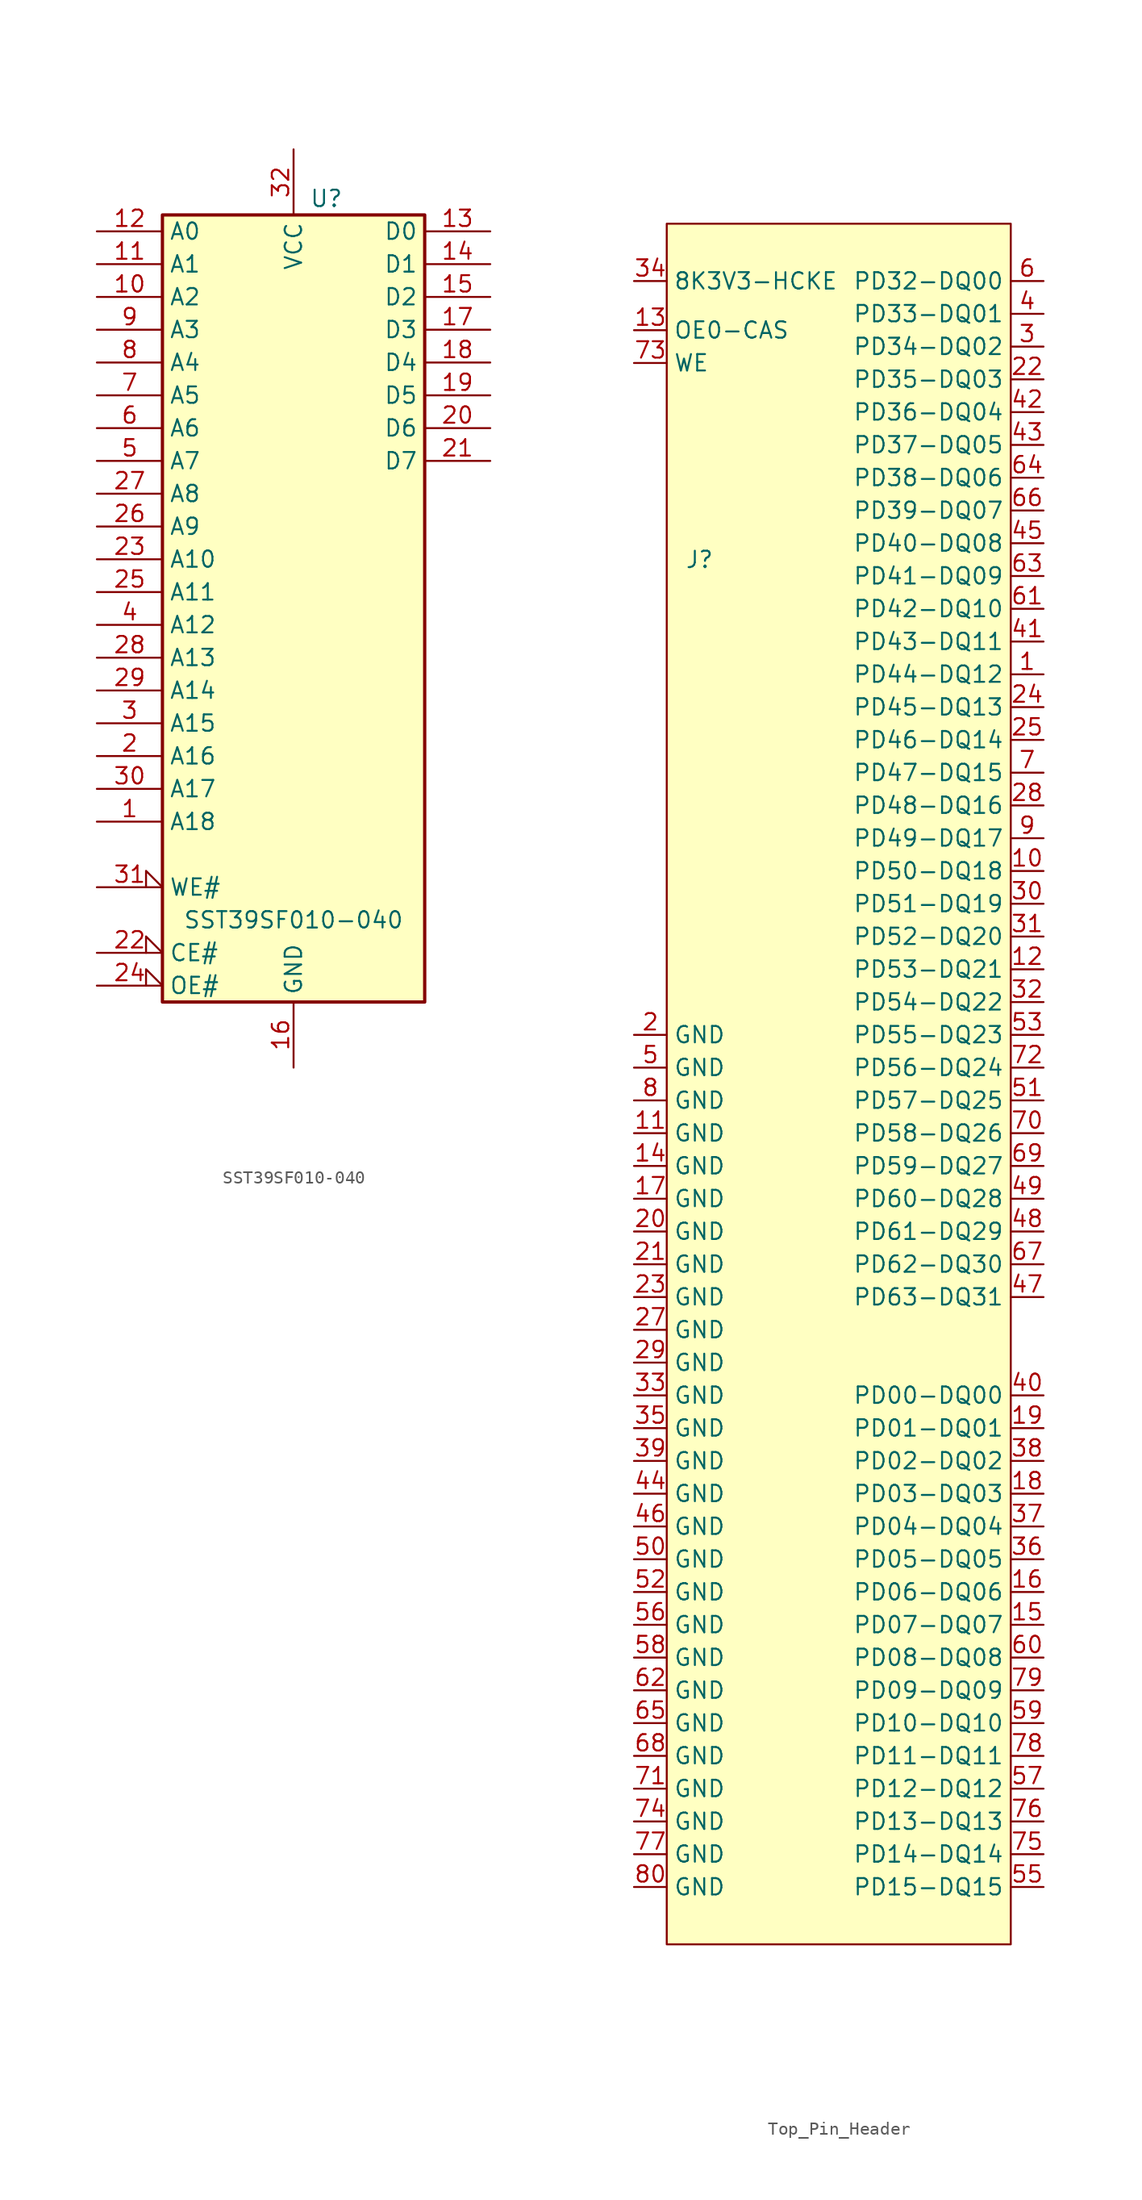
<source format=kicad_sym>
(kicad_symbol_lib
  (version 20220914)
  (generator kicad_symbol_editor)
  (symbol "SST39SF010-040"
    (property "Reference" "U"
      (at 2.54 33.02 0)
      (effects (font (size 1.27 1.27))))
    (property "Value" "SST39SF010-040"
      (at 0 -22.86 0)
      (effects (font (size 1.27 1.27))))
    (symbol "SST39SF010-040_0_0"
      (pin power_in line (at 0 -34.29 90) (length 5.08) (name "GND" (effects (font (size 1.27 1.27)))) (number "16" (effects (font (size 1.27 1.27)))))
      (pin power_in line (at 0 36.83 270) (length 5.08) (name "VCC" (effects (font (size 1.27 1.27)))) (number "32" (effects (font (size 1.27 1.27))))))
    (symbol "SST39SF010-040_0_1"
      (rectangle (start -10.16 31.75) (end 10.16 -29.21) (stroke (width 0.254) (type default)) (fill (type background))))
    (symbol "SST39SF010-040_1_1"
      (pin input line (at -15.24 -15.24 0) (length 5.08) (name "A18" (effects (font (size 1.27 1.27)))) (number "1" (effects (font (size 1.27 1.27)))))
      (pin input line (at -15.24 25.4 0) (length 5.08) (name "A2" (effects (font (size 1.27 1.27)))) (number "10" (effects (font (size 1.27 1.27)))))
      (pin input line (at -15.24 27.94 0) (length 5.08) (name "A1" (effects (font (size 1.27 1.27)))) (number "11" (effects (font (size 1.27 1.27)))))
      (pin input line (at -15.24 30.48 0) (length 5.08) (name "A0" (effects (font (size 1.27 1.27)))) (number "12" (effects (font (size 1.27 1.27)))))
      (pin tri_state line (at 15.24 30.48 180) (length 5.08) (name "D0" (effects (font (size 1.27 1.27)))) (number "13" (effects (font (size 1.27 1.27)))))
      (pin tri_state line (at 15.24 27.94 180) (length 5.08) (name "D1" (effects (font (size 1.27 1.27)))) (number "14" (effects (font (size 1.27 1.27)))))
      (pin tri_state line (at 15.24 25.4 180) (length 5.08) (name "D2" (effects (font (size 1.27 1.27)))) (number "15" (effects (font (size 1.27 1.27)))))
      (pin tri_state line (at 15.24 22.86 180) (length 5.08) (name "D3" (effects (font (size 1.27 1.27)))) (number "17" (effects (font (size 1.27 1.27)))))
      (pin tri_state line (at 15.24 20.32 180) (length 5.08) (name "D4" (effects (font (size 1.27 1.27)))) (number "18" (effects (font (size 1.27 1.27)))))
      (pin tri_state line (at 15.24 17.78 180) (length 5.08) (name "D5" (effects (font (size 1.27 1.27)))) (number "19" (effects (font (size 1.27 1.27)))))
      (pin input line (at -15.24 -10.16 0) (length 5.08) (name "A16" (effects (font (size 1.27 1.27)))) (number "2" (effects (font (size 1.27 1.27)))))
      (pin tri_state line (at 15.24 15.24 180) (length 5.08) (name "D6" (effects (font (size 1.27 1.27)))) (number "20" (effects (font (size 1.27 1.27)))))
      (pin tri_state line (at 15.24 12.7 180) (length 5.08) (name "D7" (effects (font (size 1.27 1.27)))) (number "21" (effects (font (size 1.27 1.27)))))
      (pin input input_low (at -15.24 -25.4 0) (length 5.08) (name "CE#" (effects (font (size 1.27 1.27)))) (number "22" (effects (font (size 1.27 1.27)))))
      (pin input line (at -15.24 5.08 0) (length 5.08) (name "A10" (effects (font (size 1.27 1.27)))) (number "23" (effects (font (size 1.27 1.27)))))
      (pin input input_low (at -15.24 -27.94 0) (length 5.08) (name "OE#" (effects (font (size 1.27 1.27)))) (number "24" (effects (font (size 1.27 1.27)))))
      (pin input line (at -15.24 2.54 0) (length 5.08) (name "A11" (effects (font (size 1.27 1.27)))) (number "25" (effects (font (size 1.27 1.27)))))
      (pin input line (at -15.24 7.62 0) (length 5.08) (name "A9" (effects (font (size 1.27 1.27)))) (number "26" (effects (font (size 1.27 1.27)))))
      (pin input line (at -15.24 10.16 0) (length 5.08) (name "A8" (effects (font (size 1.27 1.27)))) (number "27" (effects (font (size 1.27 1.27)))))
      (pin input line (at -15.24 -2.54 0) (length 5.08) (name "A13" (effects (font (size 1.27 1.27)))) (number "28" (effects (font (size 1.27 1.27)))))
      (pin input line (at -15.24 -5.08 0) (length 5.08) (name "A14" (effects (font (size 1.27 1.27)))) (number "29" (effects (font (size 1.27 1.27)))))
      (pin input line (at -15.24 -7.62 0) (length 5.08) (name "A15" (effects (font (size 1.27 1.27)))) (number "3" (effects (font (size 1.27 1.27)))))
      (pin input line (at -15.24 -12.7 0) (length 5.08) (name "A17" (effects (font (size 1.27 1.27)))) (number "30" (effects (font (size 1.27 1.27)))))
      (pin input input_low (at -15.24 -20.32 0) (length 5.08) (name "WE#" (effects (font (size 1.27 1.27)))) (number "31" (effects (font (size 1.27 1.27)))))
      (pin input line (at -15.24 0 0) (length 5.08) (name "A12" (effects (font (size 1.27 1.27)))) (number "4" (effects (font (size 1.27 1.27)))))
      (pin input line (at -15.24 12.7 0) (length 5.08) (name "A7" (effects (font (size 1.27 1.27)))) (number "5" (effects (font (size 1.27 1.27)))))
      (pin input line (at -15.24 15.24 0) (length 5.08) (name "A6" (effects (font (size 1.27 1.27)))) (number "6" (effects (font (size 1.27 1.27)))))
      (pin input line (at -15.24 17.78 0) (length 5.08) (name "A5" (effects (font (size 1.27 1.27)))) (number "7" (effects (font (size 1.27 1.27)))))
      (pin input line (at -15.24 20.32 0) (length 5.08) (name "A4" (effects (font (size 1.27 1.27)))) (number "8" (effects (font (size 1.27 1.27)))))
      (pin input line (at -15.24 22.86 0) (length 5.08) (name "A3" (effects (font (size 1.27 1.27)))) (number "9" (effects (font (size 1.27 1.27)))))))
  (symbol "Top_Pin_Header"
    (property "Reference" "J"
      (at 2.54 -26.035 0)
      (effects (font (size 1.27 1.27))))
    (property "Value" ""
      (at -2.54 -66.04 0)
      (effects (font (size 1.27 1.27))))
    (symbol "Top_Pin_Header_0_0"
      (pin bidirectional line (at 29.21 -34.925 180) (length 2.54) (name "PD44-DQ12" (effects (font (size 1.27 1.27)))) (number "1" (effects (font (size 1.27 1.27)))))
      (pin bidirectional line (at 29.21 -50.165 180) (length 2.54) (name "PD50-DQ18" (effects (font (size 1.27 1.27)))) (number "10" (effects (font (size 1.27 1.27)))))
      (pin power_out line (at -2.54 -70.485 0) (length 2.54) (name "GND" (effects (font (size 1.27 1.27)))) (number "11" (effects (font (size 1.27 1.27)))))
      (pin bidirectional line (at 29.21 -57.785 180) (length 2.54) (name "PD53-DQ21" (effects (font (size 1.27 1.27)))) (number "12" (effects (font (size 1.27 1.27)))))
      (pin output line (at -2.54 -8.255 0) (length 2.54) (name "OE0-CAS" (effects (font (size 1.27 1.27)))) (number "13" (effects (font (size 1.27 1.27)))))
      (pin power_out line (at -2.54 -73.025 0) (length 2.54) (name "GND" (effects (font (size 1.27 1.27)))) (number "14" (effects (font (size 1.27 1.27)))))
      (pin bidirectional line (at 29.21 -106.045 180) (length 2.54) (name "PD06-DQ06" (effects (font (size 1.27 1.27)))) (number "16" (effects (font (size 1.27 1.27)))))
      (pin power_out line (at -2.54 -75.565 0) (length 2.54) (name "GND" (effects (font (size 1.27 1.27)))) (number "17" (effects (font (size 1.27 1.27)))))
      (pin bidirectional line (at 29.21 -98.425 180) (length 2.54) (name "PD03-DQ03" (effects (font (size 1.27 1.27)))) (number "18" (effects (font (size 1.27 1.27)))))
      (pin bidirectional line (at 29.21 -93.345 180) (length 2.54) (name "PD01-DQ01" (effects (font (size 1.27 1.27)))) (number "19" (effects (font (size 1.27 1.27)))))
      (pin power_out line (at -2.54 -62.865 0) (length 2.54) (name "GND" (effects (font (size 1.27 1.27)))) (number "2" (effects (font (size 1.27 1.27)))))
      (pin power_out line (at -2.54 -78.105 0) (length 2.54) (name "GND" (effects (font (size 1.27 1.27)))) (number "20" (effects (font (size 1.27 1.27)))))
      (pin power_out line (at -2.54 -80.645 0) (length 2.54) (name "GND" (effects (font (size 1.27 1.27)))) (number "21" (effects (font (size 1.27 1.27)))))
      (pin bidirectional line (at 29.21 -12.065 180) (length 2.54) (name "PD35-DQ03" (effects (font (size 1.27 1.27)))) (number "22" (effects (font (size 1.27 1.27)))))
      (pin power_out line (at -2.54 -83.185 0) (length 2.54) (name "GND" (effects (font (size 1.27 1.27)))) (number "23" (effects (font (size 1.27 1.27)))))
      (pin bidirectional line (at 29.21 -37.465 180) (length 2.54) (name "PD45-DQ13" (effects (font (size 1.27 1.27)))) (number "24" (effects (font (size 1.27 1.27)))))
      (pin bidirectional line (at 29.21 -40.005 180) (length 2.54) (name "PD46-DQ14" (effects (font (size 1.27 1.27)))) (number "25" (effects (font (size 1.27 1.27)))))
      (pin power_out line (at -2.54 -85.725 0) (length 2.54) (name "GND" (effects (font (size 1.27 1.27)))) (number "27" (effects (font (size 1.27 1.27)))))
      (pin bidirectional line (at 29.21 -45.085 180) (length 2.54) (name "PD48-DQ16" (effects (font (size 1.27 1.27)))) (number "28" (effects (font (size 1.27 1.27)))))
      (pin power_out line (at -2.54 -88.265 0) (length 2.54) (name "GND" (effects (font (size 1.27 1.27)))) (number "29" (effects (font (size 1.27 1.27)))))
      (pin bidirectional line (at 29.21 -9.525 180) (length 2.54) (name "PD34-DQ02" (effects (font (size 1.27 1.27)))) (number "3" (effects (font (size 1.27 1.27)))))
      (pin bidirectional line (at 29.21 -52.705 180) (length 2.54) (name "PD51-DQ19" (effects (font (size 1.27 1.27)))) (number "30" (effects (font (size 1.27 1.27)))))
      (pin bidirectional line (at 29.21 -55.245 180) (length 2.54) (name "PD52-DQ20" (effects (font (size 1.27 1.27)))) (number "31" (effects (font (size 1.27 1.27)))))
      (pin power_out line (at -2.54 -90.805 0) (length 2.54) (name "GND" (effects (font (size 1.27 1.27)))) (number "33" (effects (font (size 1.27 1.27)))))
      (pin power_out line (at -2.54 -93.345 0) (length 2.54) (name "GND" (effects (font (size 1.27 1.27)))) (number "35" (effects (font (size 1.27 1.27)))))
      (pin bidirectional line (at 29.21 -103.505 180) (length 2.54) (name "PD05-DQ05" (effects (font (size 1.27 1.27)))) (number "36" (effects (font (size 1.27 1.27)))))
      (pin bidirectional line (at 29.21 -100.965 180) (length 2.54) (name "PD04-DQ04" (effects (font (size 1.27 1.27)))) (number "37" (effects (font (size 1.27 1.27)))))
      (pin bidirectional line (at 29.21 -95.885 180) (length 2.54) (name "PD02-DQ02" (effects (font (size 1.27 1.27)))) (number "38" (effects (font (size 1.27 1.27)))))
      (pin power_out line (at -2.54 -95.885 0) (length 2.54) (name "GND" (effects (font (size 1.27 1.27)))) (number "39" (effects (font (size 1.27 1.27)))))
      (pin bidirectional line (at 29.21 -6.985 180) (length 2.54) (name "PD33-DQ01" (effects (font (size 1.27 1.27)))) (number "4" (effects (font (size 1.27 1.27)))))
      (pin bidirectional line (at 29.21 -90.805 180) (length 2.54) (name "PD00-DQ00" (effects (font (size 1.27 1.27)))) (number "40" (effects (font (size 1.27 1.27)))))
      (pin bidirectional line (at 29.21 -32.385 180) (length 2.54) (name "PD43-DQ11" (effects (font (size 1.27 1.27)))) (number "41" (effects (font (size 1.27 1.27)))))
      (pin bidirectional line (at 29.21 -14.605 180) (length 2.54) (name "PD36-DQ04" (effects (font (size 1.27 1.27)))) (number "42" (effects (font (size 1.27 1.27)))))
      (pin bidirectional line (at 29.21 -17.145 180) (length 2.54) (name "PD37-DQ05" (effects (font (size 1.27 1.27)))) (number "43" (effects (font (size 1.27 1.27)))))
      (pin power_out line (at -2.54 -98.425 0) (length 2.54) (name "GND" (effects (font (size 1.27 1.27)))) (number "44" (effects (font (size 1.27 1.27)))))
      (pin bidirectional line (at 29.21 -24.765 180) (length 2.54) (name "PD40-DQ08" (effects (font (size 1.27 1.27)))) (number "45" (effects (font (size 1.27 1.27)))))
      (pin power_out line (at -2.54 -100.965 0) (length 2.54) (name "GND" (effects (font (size 1.27 1.27)))) (number "46" (effects (font (size 1.27 1.27)))))
      (pin bidirectional line (at 29.21 -83.185 180) (length 2.54) (name "PD63-DQ31" (effects (font (size 1.27 1.27)))) (number "47" (effects (font (size 1.27 1.27)))))
      (pin bidirectional line (at 29.21 -78.105 180) (length 2.54) (name "PD61-DQ29" (effects (font (size 1.27 1.27)))) (number "48" (effects (font (size 1.27 1.27)))))
      (pin bidirectional line (at 29.21 -75.565 180) (length 2.54) (name "PD60-DQ28" (effects (font (size 1.27 1.27)))) (number "49" (effects (font (size 1.27 1.27)))))
      (pin power_out line (at -2.54 -65.405 0) (length 2.54) (name "GND" (effects (font (size 1.27 1.27)))) (number "5" (effects (font (size 1.27 1.27)))))
      (pin power_out line (at -2.54 -103.505 0) (length 2.54) (name "GND" (effects (font (size 1.27 1.27)))) (number "50" (effects (font (size 1.27 1.27)))))
      (pin bidirectional line (at 29.21 -67.945 180) (length 2.54) (name "PD57-DQ25" (effects (font (size 1.27 1.27)))) (number "51" (effects (font (size 1.27 1.27)))))
      (pin power_out line (at -2.54 -106.045 0) (length 2.54) (name "GND" (effects (font (size 1.27 1.27)))) (number "52" (effects (font (size 1.27 1.27)))))
      (pin bidirectional line (at 29.21 -62.865 180) (length 2.54) (name "PD55-DQ23" (effects (font (size 1.27 1.27)))) (number "53" (effects (font (size 1.27 1.27)))))
      (pin bidirectional line (at 29.21 -128.905 180) (length 2.54) (name "PD15-DQ15" (effects (font (size 1.27 1.27)))) (number "55" (effects (font (size 1.27 1.27)))))
      (pin power_out line (at -2.54 -108.585 0) (length 2.54) (name "GND" (effects (font (size 1.27 1.27)))) (number "56" (effects (font (size 1.27 1.27)))))
      (pin bidirectional line (at 29.21 -121.285 180) (length 2.54) (name "PD12-DQ12" (effects (font (size 1.27 1.27)))) (number "57" (effects (font (size 1.27 1.27)))))
      (pin power_out line (at -2.54 -111.125 0) (length 2.54) (name "GND" (effects (font (size 1.27 1.27)))) (number "58" (effects (font (size 1.27 1.27)))))
      (pin bidirectional line (at 29.21 -116.205 180) (length 2.54) (name "PD10-DQ10" (effects (font (size 1.27 1.27)))) (number "59" (effects (font (size 1.27 1.27)))))
      (pin bidirectional line (at 29.21 -4.445 180) (length 2.54) (name "PD32-DQ00" (effects (font (size 1.27 1.27)))) (number "6" (effects (font (size 1.27 1.27)))))
      (pin bidirectional line (at 29.21 -111.125 180) (length 2.54) (name "PD08-DQ08" (effects (font (size 1.27 1.27)))) (number "60" (effects (font (size 1.27 1.27)))))
      (pin bidirectional line (at 29.21 -29.845 180) (length 2.54) (name "PD42-DQ10" (effects (font (size 1.27 1.27)))) (number "61" (effects (font (size 1.27 1.27)))))
      (pin power_out line (at -2.54 -113.665 0) (length 2.54) (name "GND" (effects (font (size 1.27 1.27)))) (number "62" (effects (font (size 1.27 1.27)))))
      (pin bidirectional line (at 29.21 -27.305 180) (length 2.54) (name "PD41-DQ09" (effects (font (size 1.27 1.27)))) (number "63" (effects (font (size 1.27 1.27)))))
      (pin bidirectional line (at 29.21 -19.685 180) (length 2.54) (name "PD38-DQ06" (effects (font (size 1.27 1.27)))) (number "64" (effects (font (size 1.27 1.27)))))
      (pin power_out line (at -2.54 -116.205 0) (length 2.54) (name "GND" (effects (font (size 1.27 1.27)))) (number "65" (effects (font (size 1.27 1.27)))))
      (pin bidirectional line (at 29.21 -22.225 180) (length 2.54) (name "PD39-DQ07" (effects (font (size 1.27 1.27)))) (number "66" (effects (font (size 1.27 1.27)))))
      (pin bidirectional line (at 29.21 -80.645 180) (length 2.54) (name "PD62-DQ30" (effects (font (size 1.27 1.27)))) (number "67" (effects (font (size 1.27 1.27)))))
      (pin power_out line (at -2.54 -118.745 0) (length 2.54) (name "GND" (effects (font (size 1.27 1.27)))) (number "68" (effects (font (size 1.27 1.27)))))
      (pin bidirectional line (at 29.21 -73.025 180) (length 2.54) (name "PD59-DQ27" (effects (font (size 1.27 1.27)))) (number "69" (effects (font (size 1.27 1.27)))))
      (pin bidirectional line (at 29.21 -42.545 180) (length 2.54) (name "PD47-DQ15" (effects (font (size 1.27 1.27)))) (number "7" (effects (font (size 1.27 1.27)))))
      (pin power_out line (at -2.54 -121.285 0) (length 2.54) (name "GND" (effects (font (size 1.27 1.27)))) (number "71" (effects (font (size 1.27 1.27)))))
      (pin bidirectional line (at 29.21 -65.405 180) (length 2.54) (name "PD56-DQ24" (effects (font (size 1.27 1.27)))) (number "72" (effects (font (size 1.27 1.27)))))
      (pin output line (at -2.54 -10.795 0) (length 2.54) (name "WE" (effects (font (size 1.27 1.27)))) (number "73" (effects (font (size 1.27 1.27)))))
      (pin power_out line (at -2.54 -123.825 0) (length 2.54) (name "GND" (effects (font (size 1.27 1.27)))) (number "74" (effects (font (size 1.27 1.27)))))
      (pin bidirectional line (at 29.21 -126.365 180) (length 2.54) (name "PD14-DQ14" (effects (font (size 1.27 1.27)))) (number "75" (effects (font (size 1.27 1.27)))))
      (pin bidirectional line (at 29.21 -123.825 180) (length 2.54) (name "PD13-DQ13" (effects (font (size 1.27 1.27)))) (number "76" (effects (font (size 1.27 1.27)))))
      (pin power_out line (at -2.54 -126.365 0) (length 2.54) (name "GND" (effects (font (size 1.27 1.27)))) (number "77" (effects (font (size 1.27 1.27)))))
      (pin bidirectional line (at 29.21 -118.745 180) (length 2.54) (name "PD11-DQ11" (effects (font (size 1.27 1.27)))) (number "78" (effects (font (size 1.27 1.27)))))
      (pin bidirectional line (at 29.21 -113.665 180) (length 2.54) (name "PD09-DQ09" (effects (font (size 1.27 1.27)))) (number "79" (effects (font (size 1.27 1.27)))))
      (pin power_out line (at -2.54 -67.945 0) (length 2.54) (name "GND" (effects (font (size 1.27 1.27)))) (number "8" (effects (font (size 1.27 1.27)))))
      (pin power_out line (at -2.54 -128.905 0) (length 2.54) (name "GND" (effects (font (size 1.27 1.27)))) (number "80" (effects (font (size 1.27 1.27)))))
      (pin bidirectional line (at 29.21 -47.625 180) (length 2.54) (name "PD49-DQ17" (effects (font (size 1.27 1.27)))) (number "9" (effects (font (size 1.27 1.27))))))
    (symbol "Top_Pin_Header_1_0"
      (pin bidirectional line (at 29.21 -108.585 180) (length 2.54) (name "PD07-DQ07" (effects (font (size 1.27 1.27)))) (number "15" (effects (font (size 1.27 1.27)))))
      (pin no_connect line (at -2.54 -42.545 0) (length 2.54) hide (name "NC-MECH" (effects (font (size 1.27 1.27)))) (number "26" (effects (font (size 1.27 1.27)))))
      (pin bidirectional line (at 29.21 -60.325 180) (length 2.54) (name "PD54-DQ22" (effects (font (size 1.27 1.27)))) (number "32" (effects (font (size 1.27 1.27)))))
      (pin passive line (at -2.54 -4.445 0) (length 2.54) (name "8K3V3-HCKE" (effects (font (size 1.27 1.27)))) (number "34" (effects (font (size 1.27 1.27)))))
      (pin no_connect line (at -2.54 -45.72 0) (length 2.54) hide (name "NC" (effects (font (size 1.27 1.27)))) (number "54" (effects (font (size 1.27 1.27)))))
      (pin bidirectional line (at 29.21 -70.485 180) (length 2.54) (name "PD58-DQ26" (effects (font (size 1.27 1.27)))) (number "70" (effects (font (size 1.27 1.27))))))
    (symbol "Top_Pin_Header_1_1"
      (rectangle (start 0 0) (end 26.67 -133.35) (stroke (width 0) (type default)) (fill (type background))))))
</source>
